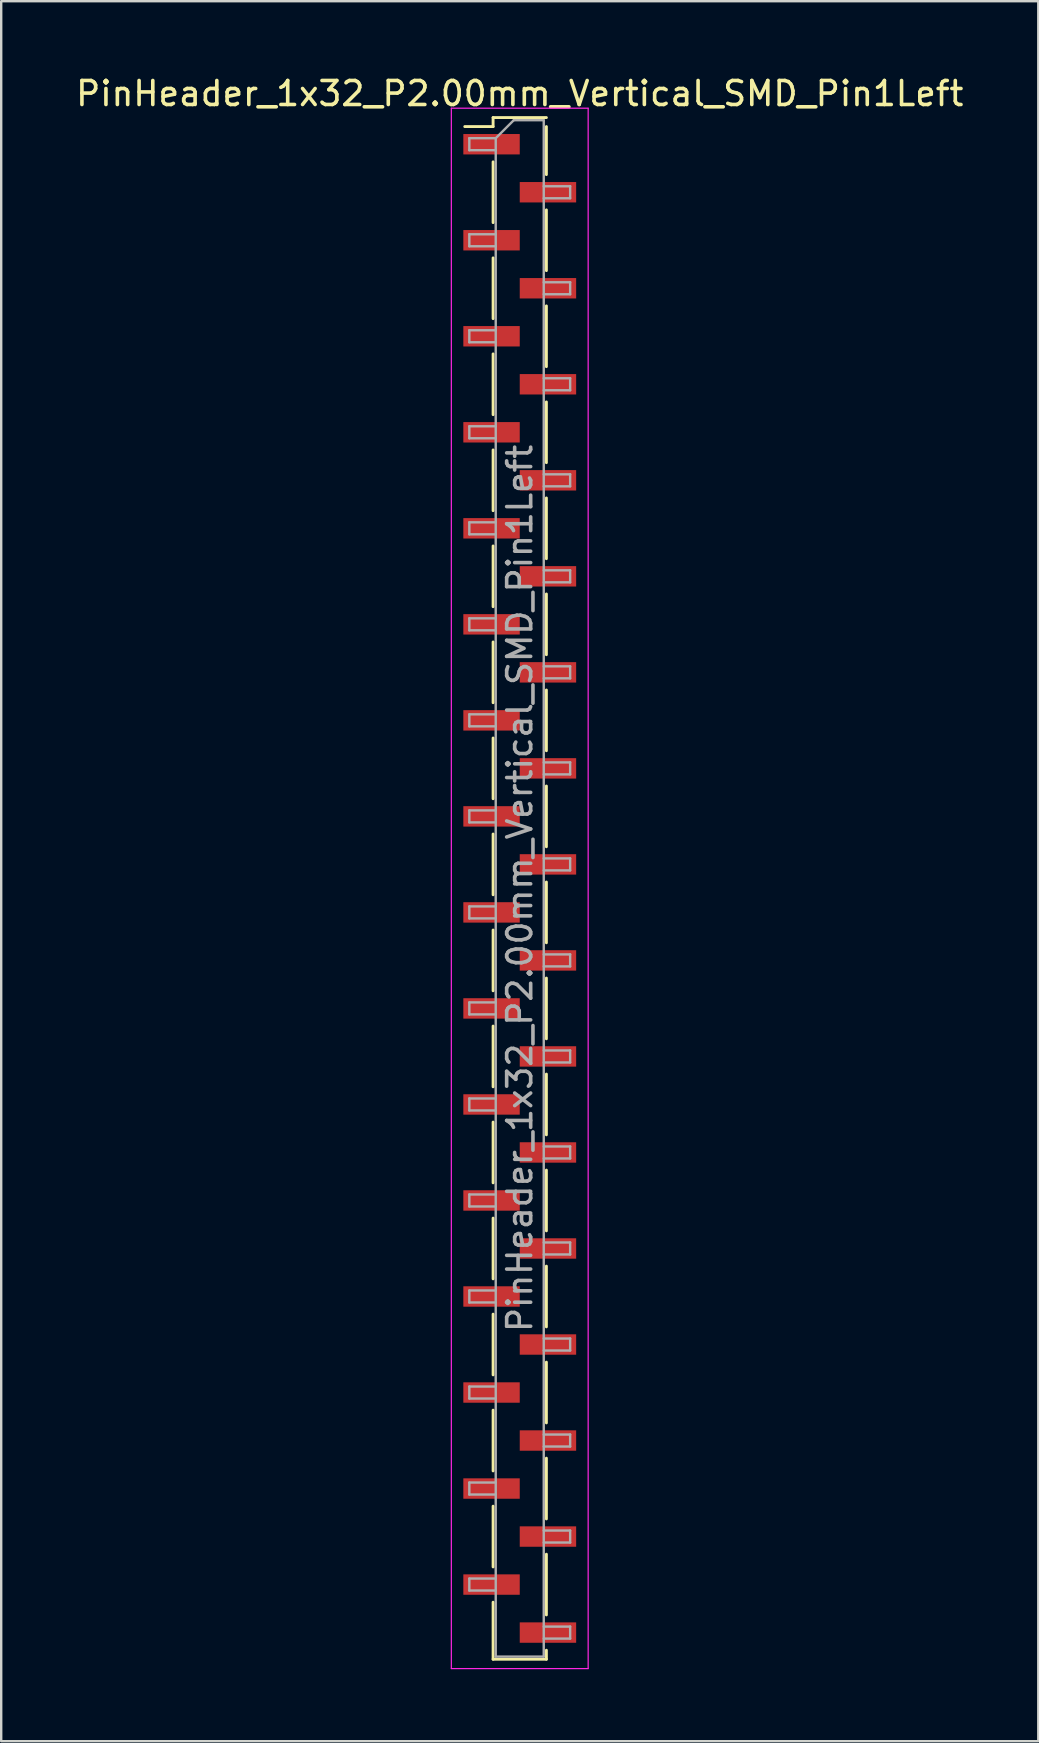
<source format=kicad_pcb>
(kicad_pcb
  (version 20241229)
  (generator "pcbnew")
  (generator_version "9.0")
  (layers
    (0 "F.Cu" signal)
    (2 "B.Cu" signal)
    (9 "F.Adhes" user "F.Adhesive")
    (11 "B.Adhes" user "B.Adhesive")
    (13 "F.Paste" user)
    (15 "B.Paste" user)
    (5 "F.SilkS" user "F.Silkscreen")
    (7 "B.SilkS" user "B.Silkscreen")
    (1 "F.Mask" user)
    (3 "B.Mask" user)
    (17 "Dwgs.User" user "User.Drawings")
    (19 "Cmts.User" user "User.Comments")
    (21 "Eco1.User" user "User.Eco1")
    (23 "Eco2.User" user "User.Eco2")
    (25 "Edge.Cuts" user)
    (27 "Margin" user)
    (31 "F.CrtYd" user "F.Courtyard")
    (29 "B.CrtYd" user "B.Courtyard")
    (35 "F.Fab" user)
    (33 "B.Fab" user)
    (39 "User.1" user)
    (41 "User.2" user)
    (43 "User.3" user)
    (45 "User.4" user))
  (footprint "PinHeader_1x32_P2.00mm_Vertical_SMD_Pin1Left"
    (layer "F.Cu")
    (at 18.601 33.958)
    (property "Reference" "PinHeader_1x32_P2.00mm_Vertical_SMD_Pin1Left" (at 0 -33.11 0) (layer "F.SilkS") (effects (font (size 1 1) (thickness 0.15))))
    (attr smd)
    (fp_line (start -1.11 -32.11) (end -1.11 -31.735) (stroke (width 0.12) (type solid)) (layer "F.SilkS"))
    (fp_line (start -1.11 -32.11) (end 1.11 -32.11) (stroke (width 0.12) (type solid)) (layer "F.SilkS"))
    (fp_line (start -1.11 -31.735) (end -2.29 -31.735) (stroke (width 0.12) (type solid)) (layer "F.SilkS"))
    (fp_line (start -1.11 -30.265) (end -1.11 -27.735) (stroke (width 0.12) (type solid)) (layer "F.SilkS"))
    (fp_line (start -1.11 -26.265) (end -1.11 -23.735) (stroke (width 0.12) (type solid)) (layer "F.SilkS"))
    (fp_line (start -1.11 -22.265) (end -1.11 -19.735) (stroke (width 0.12) (type solid)) (layer "F.SilkS"))
    (fp_line (start -1.11 -18.265) (end -1.11 -15.735) (stroke (width 0.12) (type solid)) (layer "F.SilkS"))
    (fp_line (start -1.11 -14.265) (end -1.11 -11.735) (stroke (width 0.12) (type solid)) (layer "F.SilkS"))
    (fp_line (start -1.11 -10.265) (end -1.11 -7.735) (stroke (width 0.12) (type solid)) (layer "F.SilkS"))
    (fp_line (start -1.11 -6.265) (end -1.11 -3.735) (stroke (width 0.12) (type solid)) (layer "F.SilkS"))
    (fp_line (start -1.11 -2.265) (end -1.11 0.265) (stroke (width 0.12) (type solid)) (layer "F.SilkS"))
    (fp_line (start -1.11 1.735) (end -1.11 4.265) (stroke (width 0.12) (type solid)) (layer "F.SilkS"))
    (fp_line (start -1.11 5.735) (end -1.11 8.265) (stroke (width 0.12) (type solid)) (layer "F.SilkS"))
    (fp_line (start -1.11 9.735) (end -1.11 12.265) (stroke (width 0.12) (type solid)) (layer "F.SilkS"))
    (fp_line (start -1.11 13.735) (end -1.11 16.265) (stroke (width 0.12) (type solid)) (layer "F.SilkS"))
    (fp_line (start -1.11 17.735) (end -1.11 20.265) (stroke (width 0.12) (type solid)) (layer "F.SilkS"))
    (fp_line (start -1.11 21.735) (end -1.11 24.265) (stroke (width 0.12) (type solid)) (layer "F.SilkS"))
    (fp_line (start -1.11 25.735) (end -1.11 28.265) (stroke (width 0.12) (type solid)) (layer "F.SilkS"))
    (fp_line (start -1.11 29.735) (end -1.11 32.11) (stroke (width 0.12) (type solid)) (layer "F.SilkS"))
    (fp_line (start -1.11 32.11) (end 1.11 32.11) (stroke (width 0.12) (type solid)) (layer "F.SilkS"))
    (fp_line (start 1.11 -31.735) (end 1.11 -29.735) (stroke (width 0.12) (type solid)) (layer "F.SilkS"))
    (fp_line (start 1.11 -28.265) (end 1.11 -25.735) (stroke (width 0.12) (type solid)) (layer "F.SilkS"))
    (fp_line (start 1.11 -24.265) (end 1.11 -21.735) (stroke (width 0.12) (type solid)) (layer "F.SilkS"))
    (fp_line (start 1.11 -20.265) (end 1.11 -17.735) (stroke (width 0.12) (type solid)) (layer "F.SilkS"))
    (fp_line (start 1.11 -16.265) (end 1.11 -13.735) (stroke (width 0.12) (type solid)) (layer "F.SilkS"))
    (fp_line (start 1.11 -12.265) (end 1.11 -9.735) (stroke (width 0.12) (type solid)) (layer "F.SilkS"))
    (fp_line (start 1.11 -8.265) (end 1.11 -5.735) (stroke (width 0.12) (type solid)) (layer "F.SilkS"))
    (fp_line (start 1.11 -4.265) (end 1.11 -1.735) (stroke (width 0.12) (type solid)) (layer "F.SilkS"))
    (fp_line (start 1.11 -0.265) (end 1.11 2.265) (stroke (width 0.12) (type solid)) (layer "F.SilkS"))
    (fp_line (start 1.11 3.735) (end 1.11 6.265) (stroke (width 0.12) (type solid)) (layer "F.SilkS"))
    (fp_line (start 1.11 7.735) (end 1.11 10.265) (stroke (width 0.12) (type solid)) (layer "F.SilkS"))
    (fp_line (start 1.11 11.735) (end 1.11 14.265) (stroke (width 0.12) (type solid)) (layer "F.SilkS"))
    (fp_line (start 1.11 15.735) (end 1.11 18.265) (stroke (width 0.12) (type solid)) (layer "F.SilkS"))
    (fp_line (start 1.11 19.735) (end 1.11 22.265) (stroke (width 0.12) (type solid)) (layer "F.SilkS"))
    (fp_line (start 1.11 23.735) (end 1.11 26.265) (stroke (width 0.12) (type solid)) (layer "F.SilkS"))
    (fp_line (start 1.11 27.735) (end 1.11 30.265) (stroke (width 0.12) (type solid)) (layer "F.SilkS"))
    (fp_line (start 1.11 31.735) (end 1.11 32.11) (stroke (width 0.12) (type solid)) (layer "F.SilkS"))
    (fp_line (start -2.85 -32.5) (end -2.85 32.5) (stroke (width 0.05) (type solid)) (layer "F.CrtYd"))
    (fp_line (start -2.85 32.5) (end 2.85 32.5) (stroke (width 0.05) (type solid)) (layer "F.CrtYd"))
    (fp_line (start 2.85 -32.5) (end -2.85 -32.5) (stroke (width 0.05) (type solid)) (layer "F.CrtYd"))
    (fp_line (start 2.85 32.5) (end 2.85 -32.5) (stroke (width 0.05) (type solid)) (layer "F.CrtYd"))
    (fp_line (start -2.1 -31.25) (end -2.1 -30.75) (stroke (width 0.1) (type solid)) (layer "F.Fab"))
    (fp_line (start -2.1 -30.75) (end -1 -30.75) (stroke (width 0.1) (type solid)) (layer "F.Fab"))
    (fp_line (start -2.1 -27.25) (end -2.1 -26.75) (stroke (width 0.1) (type solid)) (layer "F.Fab"))
    (fp_line (start -2.1 -26.75) (end -1 -26.75) (stroke (width 0.1) (type solid)) (layer "F.Fab"))
    (fp_line (start -2.1 -23.25) (end -2.1 -22.75) (stroke (width 0.1) (type solid)) (layer "F.Fab"))
    (fp_line (start -2.1 -22.75) (end -1 -22.75) (stroke (width 0.1) (type solid)) (layer "F.Fab"))
    (fp_line (start -2.1 -19.25) (end -2.1 -18.75) (stroke (width 0.1) (type solid)) (layer "F.Fab"))
    (fp_line (start -2.1 -18.75) (end -1 -18.75) (stroke (width 0.1) (type solid)) (layer "F.Fab"))
    (fp_line (start -2.1 -15.25) (end -2.1 -14.75) (stroke (width 0.1) (type solid)) (layer "F.Fab"))
    (fp_line (start -2.1 -14.75) (end -1 -14.75) (stroke (width 0.1) (type solid)) (layer "F.Fab"))
    (fp_line (start -2.1 -11.25) (end -2.1 -10.75) (stroke (width 0.1) (type solid)) (layer "F.Fab"))
    (fp_line (start -2.1 -10.75) (end -1 -10.75) (stroke (width 0.1) (type solid)) (layer "F.Fab"))
    (fp_line (start -2.1 -7.25) (end -2.1 -6.75) (stroke (width 0.1) (type solid)) (layer "F.Fab"))
    (fp_line (start -2.1 -6.75) (end -1 -6.75) (stroke (width 0.1) (type solid)) (layer "F.Fab"))
    (fp_line (start -2.1 -3.25) (end -2.1 -2.75) (stroke (width 0.1) (type solid)) (layer "F.Fab"))
    (fp_line (start -2.1 -2.75) (end -1 -2.75) (stroke (width 0.1) (type solid)) (layer "F.Fab"))
    (fp_line (start -2.1 0.75) (end -2.1 1.25) (stroke (width 0.1) (type solid)) (layer "F.Fab"))
    (fp_line (start -2.1 1.25) (end -1 1.25) (stroke (width 0.1) (type solid)) (layer "F.Fab"))
    (fp_line (start -2.1 4.75) (end -2.1 5.25) (stroke (width 0.1) (type solid)) (layer "F.Fab"))
    (fp_line (start -2.1 5.25) (end -1 5.25) (stroke (width 0.1) (type solid)) (layer "F.Fab"))
    (fp_line (start -2.1 8.75) (end -2.1 9.25) (stroke (width 0.1) (type solid)) (layer "F.Fab"))
    (fp_line (start -2.1 9.25) (end -1 9.25) (stroke (width 0.1) (type solid)) (layer "F.Fab"))
    (fp_line (start -2.1 12.75) (end -2.1 13.25) (stroke (width 0.1) (type solid)) (layer "F.Fab"))
    (fp_line (start -2.1 13.25) (end -1 13.25) (stroke (width 0.1) (type solid)) (layer "F.Fab"))
    (fp_line (start -2.1 16.75) (end -2.1 17.25) (stroke (width 0.1) (type solid)) (layer "F.Fab"))
    (fp_line (start -2.1 17.25) (end -1 17.25) (stroke (width 0.1) (type solid)) (layer "F.Fab"))
    (fp_line (start -2.1 20.75) (end -2.1 21.25) (stroke (width 0.1) (type solid)) (layer "F.Fab"))
    (fp_line (start -2.1 21.25) (end -1 21.25) (stroke (width 0.1) (type solid)) (layer "F.Fab"))
    (fp_line (start -2.1 24.75) (end -2.1 25.25) (stroke (width 0.1) (type solid)) (layer "F.Fab"))
    (fp_line (start -2.1 25.25) (end -1 25.25) (stroke (width 0.1) (type solid)) (layer "F.Fab"))
    (fp_line (start -2.1 28.75) (end -2.1 29.25) (stroke (width 0.1) (type solid)) (layer "F.Fab"))
    (fp_line (start -2.1 29.25) (end -1 29.25) (stroke (width 0.1) (type solid)) (layer "F.Fab"))
    (fp_line (start -1 -31.25) (end -2.1 -31.25) (stroke (width 0.1) (type solid)) (layer "F.Fab"))
    (fp_line (start -1 -31.25) (end -0.25 -32) (stroke (width 0.1) (type solid)) (layer "F.Fab"))
    (fp_line (start -1 -27.25) (end -2.1 -27.25) (stroke (width 0.1) (type solid)) (layer "F.Fab"))
    (fp_line (start -1 -23.25) (end -2.1 -23.25) (stroke (width 0.1) (type solid)) (layer "F.Fab"))
    (fp_line (start -1 -19.25) (end -2.1 -19.25) (stroke (width 0.1) (type solid)) (layer "F.Fab"))
    (fp_line (start -1 -15.25) (end -2.1 -15.25) (stroke (width 0.1) (type solid)) (layer "F.Fab"))
    (fp_line (start -1 -11.25) (end -2.1 -11.25) (stroke (width 0.1) (type solid)) (layer "F.Fab"))
    (fp_line (start -1 -7.25) (end -2.1 -7.25) (stroke (width 0.1) (type solid)) (layer "F.Fab"))
    (fp_line (start -1 -3.25) (end -2.1 -3.25) (stroke (width 0.1) (type solid)) (layer "F.Fab"))
    (fp_line (start -1 0.75) (end -2.1 0.75) (stroke (width 0.1) (type solid)) (layer "F.Fab"))
    (fp_line (start -1 4.75) (end -2.1 4.75) (stroke (width 0.1) (type solid)) (layer "F.Fab"))
    (fp_line (start -1 8.75) (end -2.1 8.75) (stroke (width 0.1) (type solid)) (layer "F.Fab"))
    (fp_line (start -1 12.75) (end -2.1 12.75) (stroke (width 0.1) (type solid)) (layer "F.Fab"))
    (fp_line (start -1 16.75) (end -2.1 16.75) (stroke (width 0.1) (type solid)) (layer "F.Fab"))
    (fp_line (start -1 20.75) (end -2.1 20.75) (stroke (width 0.1) (type solid)) (layer "F.Fab"))
    (fp_line (start -1 24.75) (end -2.1 24.75) (stroke (width 0.1) (type solid)) (layer "F.Fab"))
    (fp_line (start -1 28.75) (end -2.1 28.75) (stroke (width 0.1) (type solid)) (layer "F.Fab"))
    (fp_line (start -1 32) (end -1 -31.25) (stroke (width 0.1) (type solid)) (layer "F.Fab"))
    (fp_line (start -0.25 -32) (end 1 -32) (stroke (width 0.1) (type solid)) (layer "F.Fab"))
    (fp_line (start 1 -32) (end 1 32) (stroke (width 0.1) (type solid)) (layer "F.Fab"))
    (fp_line (start 1 -29.25) (end 2.1 -29.25) (stroke (width 0.1) (type solid)) (layer "F.Fab"))
    (fp_line (start 1 -25.25) (end 2.1 -25.25) (stroke (width 0.1) (type solid)) (layer "F.Fab"))
    (fp_line (start 1 -21.25) (end 2.1 -21.25) (stroke (width 0.1) (type solid)) (layer "F.Fab"))
    (fp_line (start 1 -17.25) (end 2.1 -17.25) (stroke (width 0.1) (type solid)) (layer "F.Fab"))
    (fp_line (start 1 -13.25) (end 2.1 -13.25) (stroke (width 0.1) (type solid)) (layer "F.Fab"))
    (fp_line (start 1 -9.25) (end 2.1 -9.25) (stroke (width 0.1) (type solid)) (layer "F.Fab"))
    (fp_line (start 1 -5.25) (end 2.1 -5.25) (stroke (width 0.1) (type solid)) (layer "F.Fab"))
    (fp_line (start 1 -1.25) (end 2.1 -1.25) (stroke (width 0.1) (type solid)) (layer "F.Fab"))
    (fp_line (start 1 2.75) (end 2.1 2.75) (stroke (width 0.1) (type solid)) (layer "F.Fab"))
    (fp_line (start 1 6.75) (end 2.1 6.75) (stroke (width 0.1) (type solid)) (layer "F.Fab"))
    (fp_line (start 1 10.75) (end 2.1 10.75) (stroke (width 0.1) (type solid)) (layer "F.Fab"))
    (fp_line (start 1 14.75) (end 2.1 14.75) (stroke (width 0.1) (type solid)) (layer "F.Fab"))
    (fp_line (start 1 18.75) (end 2.1 18.75) (stroke (width 0.1) (type solid)) (layer "F.Fab"))
    (fp_line (start 1 22.75) (end 2.1 22.75) (stroke (width 0.1) (type solid)) (layer "F.Fab"))
    (fp_line (start 1 26.75) (end 2.1 26.75) (stroke (width 0.1) (type solid)) (layer "F.Fab"))
    (fp_line (start 1 30.75) (end 2.1 30.75) (stroke (width 0.1) (type solid)) (layer "F.Fab"))
    (fp_line (start 1 32) (end -1 32) (stroke (width 0.1) (type solid)) (layer "F.Fab"))
    (fp_line (start 2.1 -29.25) (end 2.1 -28.75) (stroke (width 0.1) (type solid)) (layer "F.Fab"))
    (fp_line (start 2.1 -28.75) (end 1 -28.75) (stroke (width 0.1) (type solid)) (layer "F.Fab"))
    (fp_line (start 2.1 -25.25) (end 2.1 -24.75) (stroke (width 0.1) (type solid)) (layer "F.Fab"))
    (fp_line (start 2.1 -24.75) (end 1 -24.75) (stroke (width 0.1) (type solid)) (layer "F.Fab"))
    (fp_line (start 2.1 -21.25) (end 2.1 -20.75) (stroke (width 0.1) (type solid)) (layer "F.Fab"))
    (fp_line (start 2.1 -20.75) (end 1 -20.75) (stroke (width 0.1) (type solid)) (layer "F.Fab"))
    (fp_line (start 2.1 -17.25) (end 2.1 -16.75) (stroke (width 0.1) (type solid)) (layer "F.Fab"))
    (fp_line (start 2.1 -16.75) (end 1 -16.75) (stroke (width 0.1) (type solid)) (layer "F.Fab"))
    (fp_line (start 2.1 -13.25) (end 2.1 -12.75) (stroke (width 0.1) (type solid)) (layer "F.Fab"))
    (fp_line (start 2.1 -12.75) (end 1 -12.75) (stroke (width 0.1) (type solid)) (layer "F.Fab"))
    (fp_line (start 2.1 -9.25) (end 2.1 -8.75) (stroke (width 0.1) (type solid)) (layer "F.Fab"))
    (fp_line (start 2.1 -8.75) (end 1 -8.75) (stroke (width 0.1) (type solid)) (layer "F.Fab"))
    (fp_line (start 2.1 -5.25) (end 2.1 -4.75) (stroke (width 0.1) (type solid)) (layer "F.Fab"))
    (fp_line (start 2.1 -4.75) (end 1 -4.75) (stroke (width 0.1) (type solid)) (layer "F.Fab"))
    (fp_line (start 2.1 -1.25) (end 2.1 -0.75) (stroke (width 0.1) (type solid)) (layer "F.Fab"))
    (fp_line (start 2.1 -0.75) (end 1 -0.75) (stroke (width 0.1) (type solid)) (layer "F.Fab"))
    (fp_line (start 2.1 2.75) (end 2.1 3.25) (stroke (width 0.1) (type solid)) (layer "F.Fab"))
    (fp_line (start 2.1 3.25) (end 1 3.25) (stroke (width 0.1) (type solid)) (layer "F.Fab"))
    (fp_line (start 2.1 6.75) (end 2.1 7.25) (stroke (width 0.1) (type solid)) (layer "F.Fab"))
    (fp_line (start 2.1 7.25) (end 1 7.25) (stroke (width 0.1) (type solid)) (layer "F.Fab"))
    (fp_line (start 2.1 10.75) (end 2.1 11.25) (stroke (width 0.1) (type solid)) (layer "F.Fab"))
    (fp_line (start 2.1 11.25) (end 1 11.25) (stroke (width 0.1) (type solid)) (layer "F.Fab"))
    (fp_line (start 2.1 14.75) (end 2.1 15.25) (stroke (width 0.1) (type solid)) (layer "F.Fab"))
    (fp_line (start 2.1 15.25) (end 1 15.25) (stroke (width 0.1) (type solid)) (layer "F.Fab"))
    (fp_line (start 2.1 18.75) (end 2.1 19.25) (stroke (width 0.1) (type solid)) (layer "F.Fab"))
    (fp_line (start 2.1 19.25) (end 1 19.25) (stroke (width 0.1) (type solid)) (layer "F.Fab"))
    (fp_line (start 2.1 22.75) (end 2.1 23.25) (stroke (width 0.1) (type solid)) (layer "F.Fab"))
    (fp_line (start 2.1 23.25) (end 1 23.25) (stroke (width 0.1) (type solid)) (layer "F.Fab"))
    (fp_line (start 2.1 26.75) (end 2.1 27.25) (stroke (width 0.1) (type solid)) (layer "F.Fab"))
    (fp_line (start 2.1 27.25) (end 1 27.25) (stroke (width 0.1) (type solid)) (layer "F.Fab"))
    (fp_line (start 2.1 30.75) (end 2.1 31.25) (stroke (width 0.1) (type solid)) (layer "F.Fab"))
    (fp_line (start 2.1 31.25) (end 1 31.25) (stroke (width 0.1) (type solid)) (layer "F.Fab"))
    (fp_text user "${REFERENCE}" (at 0 0 90) (layer "F.Fab") (effects (font (size 1 1) (thickness 0.15))))
    (pad "1" smd rect (at -1.175 -31) (size 2.35 0.85) (layers "F.Cu" "F.Mask" "F.Paste"))
    (pad "2" smd rect (at 1.175 -29) (size 2.35 0.85) (layers "F.Cu" "F.Mask" "F.Paste"))
    (pad "3" smd rect (at -1.175 -27) (size 2.35 0.85) (layers "F.Cu" "F.Mask" "F.Paste"))
    (pad "4" smd rect (at 1.175 -25) (size 2.35 0.85) (layers "F.Cu" "F.Mask" "F.Paste"))
    (pad "5" smd rect (at -1.175 -23) (size 2.35 0.85) (layers "F.Cu" "F.Mask" "F.Paste"))
    (pad "6" smd rect (at 1.175 -21) (size 2.35 0.85) (layers "F.Cu" "F.Mask" "F.Paste"))
    (pad "7" smd rect (at -1.175 -19) (size 2.35 0.85) (layers "F.Cu" "F.Mask" "F.Paste"))
    (pad "8" smd rect (at 1.175 -17) (size 2.35 0.85) (layers "F.Cu" "F.Mask" "F.Paste"))
    (pad "9" smd rect (at -1.175 -15) (size 2.35 0.85) (layers "F.Cu" "F.Mask" "F.Paste"))
    (pad "10" smd rect (at 1.175 -13) (size 2.35 0.85) (layers "F.Cu" "F.Mask" "F.Paste"))
    (pad "11" smd rect (at -1.175 -11) (size 2.35 0.85) (layers "F.Cu" "F.Mask" "F.Paste"))
    (pad "12" smd rect (at 1.175 -9) (size 2.35 0.85) (layers "F.Cu" "F.Mask" "F.Paste"))
    (pad "13" smd rect (at -1.175 -7) (size 2.35 0.85) (layers "F.Cu" "F.Mask" "F.Paste"))
    (pad "14" smd rect (at 1.175 -5) (size 2.35 0.85) (layers "F.Cu" "F.Mask" "F.Paste"))
    (pad "15" smd rect (at -1.175 -3) (size 2.35 0.85) (layers "F.Cu" "F.Mask" "F.Paste"))
    (pad "16" smd rect (at 1.175 -1) (size 2.35 0.85) (layers "F.Cu" "F.Mask" "F.Paste"))
    (pad "17" smd rect (at -1.175 1) (size 2.35 0.85) (layers "F.Cu" "F.Mask" "F.Paste"))
    (pad "18" smd rect (at 1.175 3) (size 2.35 0.85) (layers "F.Cu" "F.Mask" "F.Paste"))
    (pad "19" smd rect (at -1.175 5) (size 2.35 0.85) (layers "F.Cu" "F.Mask" "F.Paste"))
    (pad "20" smd rect (at 1.175 7) (size 2.35 0.85) (layers "F.Cu" "F.Mask" "F.Paste"))
    (pad "21" smd rect (at -1.175 9) (size 2.35 0.85) (layers "F.Cu" "F.Mask" "F.Paste"))
    (pad "22" smd rect (at 1.175 11) (size 2.35 0.85) (layers "F.Cu" "F.Mask" "F.Paste"))
    (pad "23" smd rect (at -1.175 13) (size 2.35 0.85) (layers "F.Cu" "F.Mask" "F.Paste"))
    (pad "24" smd rect (at 1.175 15) (size 2.35 0.85) (layers "F.Cu" "F.Mask" "F.Paste"))
    (pad "25" smd rect (at -1.175 17) (size 2.35 0.85) (layers "F.Cu" "F.Mask" "F.Paste"))
    (pad "26" smd rect (at 1.175 19) (size 2.35 0.85) (layers "F.Cu" "F.Mask" "F.Paste"))
    (pad "27" smd rect (at -1.175 21) (size 2.35 0.85) (layers "F.Cu" "F.Mask" "F.Paste"))
    (pad "28" smd rect (at 1.175 23) (size 2.35 0.85) (layers "F.Cu" "F.Mask" "F.Paste"))
    (pad "29" smd rect (at -1.175 25) (size 2.35 0.85) (layers "F.Cu" "F.Mask" "F.Paste"))
    (pad "30" smd rect (at 1.175 27) (size 2.35 0.85) (layers "F.Cu" "F.Mask" "F.Paste"))
    (pad "31" smd rect (at -1.175 29) (size 2.35 0.85) (layers "F.Cu" "F.Mask" "F.Paste"))
    (pad "32" smd rect (at 1.175 31) (size 2.35 0.85) (layers "F.Cu" "F.Mask" "F.Paste")))
  (gr_rect
    (start -3 -3)
    (end 40.202 69.483)
    (stroke (width 0.1) (type default))
    (fill no)
    (layer "Edge.Cuts")))
</source>
